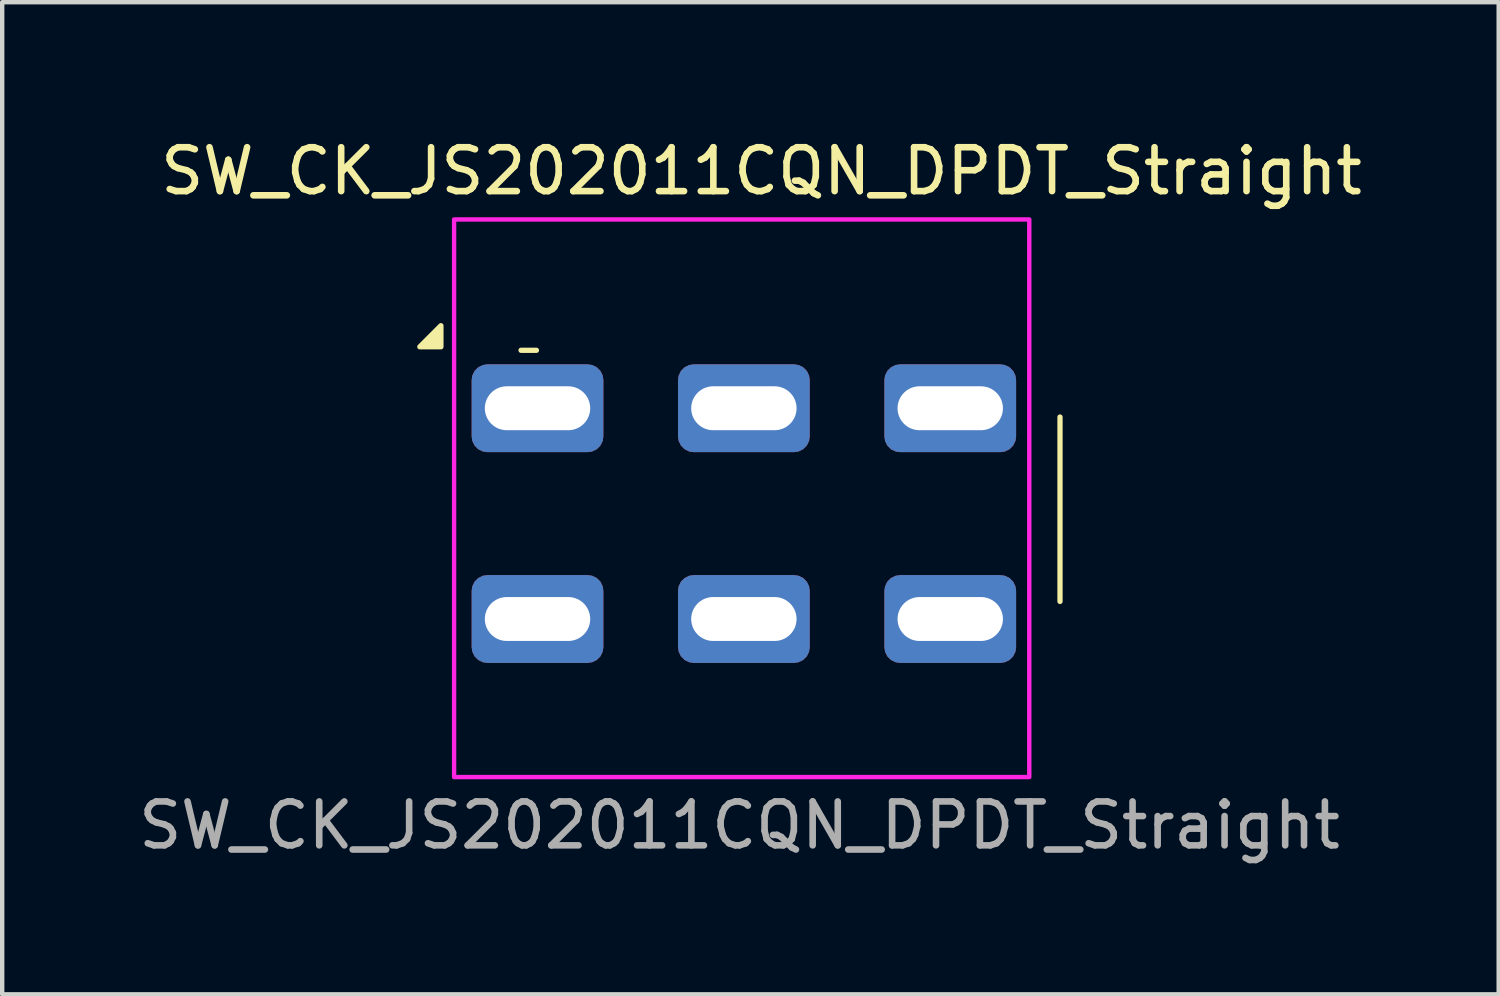
<source format=kicad_pcb>
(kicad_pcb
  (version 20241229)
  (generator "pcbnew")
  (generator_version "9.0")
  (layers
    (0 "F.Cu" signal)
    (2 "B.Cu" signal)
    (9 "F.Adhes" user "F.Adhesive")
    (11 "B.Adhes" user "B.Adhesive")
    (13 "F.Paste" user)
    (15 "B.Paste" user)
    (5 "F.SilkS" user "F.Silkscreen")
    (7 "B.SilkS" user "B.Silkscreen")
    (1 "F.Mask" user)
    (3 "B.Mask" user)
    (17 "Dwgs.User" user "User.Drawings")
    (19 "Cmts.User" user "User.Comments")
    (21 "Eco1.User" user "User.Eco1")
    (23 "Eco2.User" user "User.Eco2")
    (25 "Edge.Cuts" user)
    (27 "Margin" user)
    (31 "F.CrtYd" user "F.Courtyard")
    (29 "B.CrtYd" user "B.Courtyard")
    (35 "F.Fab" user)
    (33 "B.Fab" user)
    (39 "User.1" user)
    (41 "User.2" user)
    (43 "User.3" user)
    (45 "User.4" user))
  (footprint "SW_CK_JS202011CQN_DPDT_Straight"
    (layer "F.Cu")
    (at 9.192 6.248)
    (property "Reference" "SW_CK_JS202011CQN_DPDT_Straight" (at 5.1 -5.4 0) (layer "F.SilkS") (effects (font (size 1 1) (thickness 0.15))))
    (attr through_hole)
    (fp_line (start -0.025 -1.32) (end -0.375 -1.32) (stroke (width 0.12) (type solid)) (layer "F.SilkS"))
    (fp_line (start 11.9 0.2) (end 11.9 4.4) (stroke (width 0.12) (type solid)) (layer "F.SilkS"))
    (fp_poly (pts (xy -2.2 -1.4) (xy -2.68 -1.4) (xy -2.2 -1.88) (xy -2.2 -1.4)) (stroke (width 0.12) (type solid)) (fill yes) (layer "F.SilkS"))
    (fp_rect (start -1.9 -4.3) (end 11.2 8.4) (stroke (width 0.1) (type solid)) (fill no) (layer "F.CrtYd"))
    (fp_text user "${REFERENCE}" (at 4.6 9.5 0) (layer "F.Fab") (effects (font (size 1 1) (thickness 0.15))))
    (pad "1" thru_hole roundrect (at 0 0) (size 3 2) (drill oval 2.4 1) (layers "*.Cu" "*.Mask") (roundrect_rratio 0.179))
    (pad "2" thru_hole roundrect (at 4.7 0) (size 3 2) (drill oval 2.4 1) (layers "*.Cu" "*.Mask") (roundrect_rratio 0.179))
    (pad "3" thru_hole roundrect (at 9.4 0) (size 3 2) (drill oval 2.4 1) (layers "*.Cu" "*.Mask") (roundrect_rratio 0.179))
    (pad "4" thru_hole roundrect (at 0 4.8) (size 3 2) (drill oval 2.4 1) (layers "*.Cu" "*.Mask") (roundrect_rratio 0.179))
    (pad "5" thru_hole roundrect (at 4.7 4.8) (size 3 2) (drill oval 2.4 1) (layers "*.Cu" "*.Mask") (roundrect_rratio 0.179))
    (pad "6" thru_hole roundrect (at 9.4 4.8) (size 3 2) (drill oval 2.4 1) (layers "*.Cu" "*.Mask") (roundrect_rratio 0.179)))
  (gr_rect
    (start -3 -3)
    (end 31.083 19.596)
    (stroke (width 0.1) (type default))
    (fill no)
    (layer "Edge.Cuts")))
</source>
